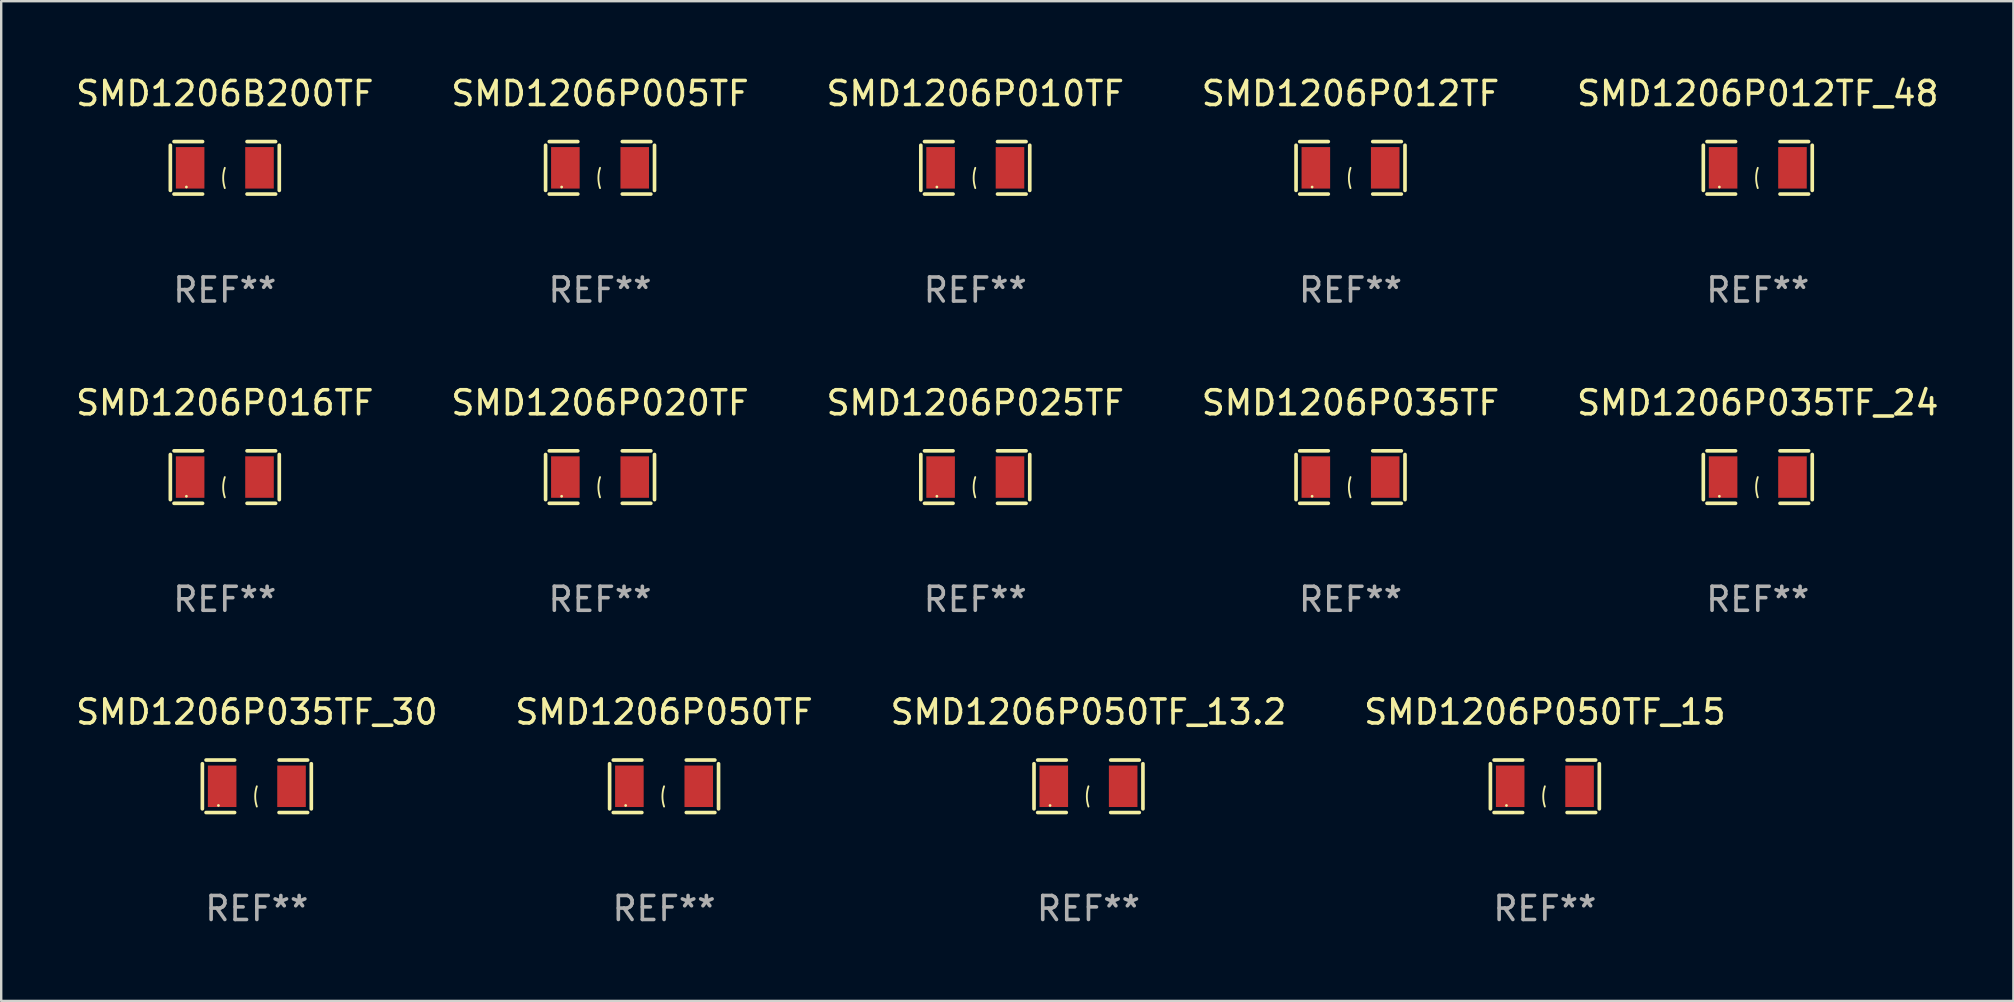
<source format=kicad_pcb>
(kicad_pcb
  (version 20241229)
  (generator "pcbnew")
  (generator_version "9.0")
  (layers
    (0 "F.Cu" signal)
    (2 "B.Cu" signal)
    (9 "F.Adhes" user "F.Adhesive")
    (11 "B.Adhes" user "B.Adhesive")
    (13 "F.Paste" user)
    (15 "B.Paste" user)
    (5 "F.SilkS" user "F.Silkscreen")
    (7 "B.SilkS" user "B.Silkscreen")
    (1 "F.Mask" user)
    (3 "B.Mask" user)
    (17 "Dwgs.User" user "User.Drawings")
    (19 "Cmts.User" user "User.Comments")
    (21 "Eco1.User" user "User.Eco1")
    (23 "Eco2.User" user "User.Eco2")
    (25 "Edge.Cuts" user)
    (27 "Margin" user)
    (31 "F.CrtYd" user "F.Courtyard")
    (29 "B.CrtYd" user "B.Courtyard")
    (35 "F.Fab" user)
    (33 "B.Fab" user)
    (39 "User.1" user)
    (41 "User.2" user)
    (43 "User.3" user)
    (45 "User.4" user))
  (footprint "SMD1206P016TF"
    (layer "F.Cu")
    (at 6.315 16.823)
    (property "Reference" "SMD1206P016TF" (at 0 -3.093 0) (layer "F.SilkS") (effects (font (size 1 1) (thickness 0.15))))
    (attr through_hole)
    (fp_line (start -2.269 -0.94) (end -2.269 0.94) (stroke (width 0.152) (type solid)) (layer "F.SilkS"))
    (fp_line (start -2.116 1.093) (end -0.926 1.093) (stroke (width 0.152) (type solid)) (layer "F.SilkS"))
    (fp_line (start -0.926 -1.093) (end -2.116 -1.093) (stroke (width 0.152) (type solid)) (layer "F.SilkS"))
    (fp_line (start 0.926 -1.093) (end 2.116 -1.093) (stroke (width 0.152) (type solid)) (layer "F.SilkS"))
    (fp_line (start 2.116 1.093) (end 0.926 1.093) (stroke (width 0.152) (type solid)) (layer "F.SilkS"))
    (fp_line (start 2.269 -0.94) (end 2.269 0.94) (stroke (width 0.152) (type solid)) (layer "F.SilkS"))
    (fp_arc (start 0 0.844951) (mid -0.068559 0.422475) (end 0 0) (stroke (width 0.0762) (type solid)) (layer "F.SilkS"))
    (fp_circle (center -1.6 0.8) (end -1.57 0.8) (stroke (width 0.06) (type solid)) (fill no) (layer "F.SilkS"))
    (fp_text user "REF**" (at 0 5.093 0) (layer "F.Fab") (effects (font (size 1 1) (thickness 0.15))))
    (pad "1" smd rect (at -1.445 0) (size 1.19 1.728) (layers "F.Cu" "F.Mask" "F.Paste"))
    (pad "2" smd rect (at 1.445 0) (size 1.19 1.728) (layers "F.Cu" "F.Mask" "F.Paste")))
  (footprint "SMD1206B200TF"
    (layer "F.Cu")
    (at 6.315 3.941)
    (property "Reference" "SMD1206B200TF" (at 0 -3.093 0) (layer "F.SilkS") (effects (font (size 1 1) (thickness 0.15))))
    (attr through_hole)
    (fp_line (start -2.269 -0.94) (end -2.269 0.94) (stroke (width 0.152) (type solid)) (layer "F.SilkS"))
    (fp_line (start -2.116 1.093) (end -0.926 1.093) (stroke (width 0.152) (type solid)) (layer "F.SilkS"))
    (fp_line (start -0.926 -1.093) (end -2.116 -1.093) (stroke (width 0.152) (type solid)) (layer "F.SilkS"))
    (fp_line (start 0.926 -1.093) (end 2.116 -1.093) (stroke (width 0.152) (type solid)) (layer "F.SilkS"))
    (fp_line (start 2.116 1.093) (end 0.926 1.093) (stroke (width 0.152) (type solid)) (layer "F.SilkS"))
    (fp_line (start 2.269 -0.94) (end 2.269 0.94) (stroke (width 0.152) (type solid)) (layer "F.SilkS"))
    (fp_arc (start 0 0.844951) (mid -0.068559 0.422475) (end 0 0) (stroke (width 0.0762) (type solid)) (layer "F.SilkS"))
    (fp_circle (center -1.6 0.8) (end -1.57 0.8) (stroke (width 0.06) (type solid)) (fill no) (layer "F.SilkS"))
    (fp_text user "REF**" (at 0 5.093 0) (layer "F.Fab") (effects (font (size 1 1) (thickness 0.15))))
    (pad "1" smd rect (at -1.445 0) (size 1.19 1.728) (layers "F.Cu" "F.Mask" "F.Paste"))
    (pad "2" smd rect (at 1.445 0) (size 1.19 1.728) (layers "F.Cu" "F.Mask" "F.Paste")))
  (footprint "SMD1206P010TF"
    (layer "F.Cu")
    (at 37.577 3.941)
    (property "Reference" "SMD1206P010TF" (at 0 -3.093 0) (layer "F.SilkS") (effects (font (size 1 1) (thickness 0.15))))
    (attr through_hole)
    (fp_line (start -2.269 -0.94) (end -2.269 0.94) (stroke (width 0.152) (type solid)) (layer "F.SilkS"))
    (fp_line (start -2.116 1.093) (end -0.926 1.093) (stroke (width 0.152) (type solid)) (layer "F.SilkS"))
    (fp_line (start -0.926 -1.093) (end -2.116 -1.093) (stroke (width 0.152) (type solid)) (layer "F.SilkS"))
    (fp_line (start 0.926 -1.093) (end 2.116 -1.093) (stroke (width 0.152) (type solid)) (layer "F.SilkS"))
    (fp_line (start 2.116 1.093) (end 0.926 1.093) (stroke (width 0.152) (type solid)) (layer "F.SilkS"))
    (fp_line (start 2.269 -0.94) (end 2.269 0.94) (stroke (width 0.152) (type solid)) (layer "F.SilkS"))
    (fp_arc (start 0 0.844951) (mid -0.068559 0.422475) (end 0 0) (stroke (width 0.0762) (type solid)) (layer "F.SilkS"))
    (fp_circle (center -1.6 0.8) (end -1.57 0.8) (stroke (width 0.06) (type solid)) (fill no) (layer "F.SilkS"))
    (fp_text user "REF**" (at 0 5.093 0) (layer "F.Fab") (effects (font (size 1 1) (thickness 0.15))))
    (pad "1" smd rect (at -1.445 0) (size 1.19 1.728) (layers "F.Cu" "F.Mask" "F.Paste"))
    (pad "2" smd rect (at 1.445 0) (size 1.19 1.728) (layers "F.Cu" "F.Mask" "F.Paste")))
  (footprint "SMD1206P012TF_48"
    (layer "F.Cu")
    (at 70.173 3.941)
    (property "Reference" "SMD1206P012TF_48" (at 0 -3.093 0) (layer "F.SilkS") (effects (font (size 1 1) (thickness 0.15))))
    (attr through_hole)
    (fp_line (start -2.269 -0.94) (end -2.269 0.94) (stroke (width 0.152) (type solid)) (layer "F.SilkS"))
    (fp_line (start -2.116 1.093) (end -0.926 1.093) (stroke (width 0.152) (type solid)) (layer "F.SilkS"))
    (fp_line (start -0.926 -1.093) (end -2.116 -1.093) (stroke (width 0.152) (type solid)) (layer "F.SilkS"))
    (fp_line (start 0.926 -1.093) (end 2.116 -1.093) (stroke (width 0.152) (type solid)) (layer "F.SilkS"))
    (fp_line (start 2.116 1.093) (end 0.926 1.093) (stroke (width 0.152) (type solid)) (layer "F.SilkS"))
    (fp_line (start 2.269 -0.94) (end 2.269 0.94) (stroke (width 0.152) (type solid)) (layer "F.SilkS"))
    (fp_arc (start 0 0.844951) (mid -0.068559 0.422475) (end 0 0) (stroke (width 0.0762) (type solid)) (layer "F.SilkS"))
    (fp_circle (center -1.6 0.8) (end -1.57 0.8) (stroke (width 0.06) (type solid)) (fill no) (layer "F.SilkS"))
    (fp_text user "REF**" (at 0 5.093 0) (layer "F.Fab") (effects (font (size 1 1) (thickness 0.15))))
    (pad "1" smd rect (at -1.445 0) (size 1.19 1.728) (layers "F.Cu" "F.Mask" "F.Paste"))
    (pad "2" smd rect (at 1.445 0) (size 1.19 1.728) (layers "F.Cu" "F.Mask" "F.Paste")))
  (footprint "SMD1206P012TF"
    (layer "F.Cu")
    (at 53.208 3.941)
    (property "Reference" "SMD1206P012TF" (at 0 -3.093 0) (layer "F.SilkS") (effects (font (size 1 1) (thickness 0.15))))
    (attr through_hole)
    (fp_line (start -2.269 -0.94) (end -2.269 0.94) (stroke (width 0.152) (type solid)) (layer "F.SilkS"))
    (fp_line (start -2.116 1.093) (end -0.926 1.093) (stroke (width 0.152) (type solid)) (layer "F.SilkS"))
    (fp_line (start -0.926 -1.093) (end -2.116 -1.093) (stroke (width 0.152) (type solid)) (layer "F.SilkS"))
    (fp_line (start 0.926 -1.093) (end 2.116 -1.093) (stroke (width 0.152) (type solid)) (layer "F.SilkS"))
    (fp_line (start 2.116 1.093) (end 0.926 1.093) (stroke (width 0.152) (type solid)) (layer "F.SilkS"))
    (fp_line (start 2.269 -0.94) (end 2.269 0.94) (stroke (width 0.152) (type solid)) (layer "F.SilkS"))
    (fp_arc (start 0 0.844951) (mid -0.068559 0.422475) (end 0 0) (stroke (width 0.0762) (type solid)) (layer "F.SilkS"))
    (fp_circle (center -1.6 0.8) (end -1.57 0.8) (stroke (width 0.06) (type solid)) (fill no) (layer "F.SilkS"))
    (fp_text user "REF**" (at 0 5.093 0) (layer "F.Fab") (effects (font (size 1 1) (thickness 0.15))))
    (pad "1" smd rect (at -1.445 0) (size 1.19 1.728) (layers "F.Cu" "F.Mask" "F.Paste"))
    (pad "2" smd rect (at 1.445 0) (size 1.19 1.728) (layers "F.Cu" "F.Mask" "F.Paste")))
  (footprint "SMD1206P025TF"
    (layer "F.Cu")
    (at 37.577 16.823)
    (property "Reference" "SMD1206P025TF" (at 0 -3.093 0) (layer "F.SilkS") (effects (font (size 1 1) (thickness 0.15))))
    (attr through_hole)
    (fp_line (start -2.269 -0.94) (end -2.269 0.94) (stroke (width 0.152) (type solid)) (layer "F.SilkS"))
    (fp_line (start -2.116 1.093) (end -0.926 1.093) (stroke (width 0.152) (type solid)) (layer "F.SilkS"))
    (fp_line (start -0.926 -1.093) (end -2.116 -1.093) (stroke (width 0.152) (type solid)) (layer "F.SilkS"))
    (fp_line (start 0.926 -1.093) (end 2.116 -1.093) (stroke (width 0.152) (type solid)) (layer "F.SilkS"))
    (fp_line (start 2.116 1.093) (end 0.926 1.093) (stroke (width 0.152) (type solid)) (layer "F.SilkS"))
    (fp_line (start 2.269 -0.94) (end 2.269 0.94) (stroke (width 0.152) (type solid)) (layer "F.SilkS"))
    (fp_arc (start 0 0.844951) (mid -0.068559 0.422475) (end 0 0) (stroke (width 0.0762) (type solid)) (layer "F.SilkS"))
    (fp_circle (center -1.6 0.8) (end -1.57 0.8) (stroke (width 0.06) (type solid)) (fill no) (layer "F.SilkS"))
    (fp_text user "REF**" (at 0 5.093 0) (layer "F.Fab") (effects (font (size 1 1) (thickness 0.15))))
    (pad "1" smd rect (at -1.445 0) (size 1.19 1.728) (layers "F.Cu" "F.Mask" "F.Paste"))
    (pad "2" smd rect (at 1.445 0) (size 1.19 1.728) (layers "F.Cu" "F.Mask" "F.Paste")))
  (footprint "SMD1206P020TF"
    (layer "F.Cu")
    (at 21.946 16.823)
    (property "Reference" "SMD1206P020TF" (at 0 -3.093 0) (layer "F.SilkS") (effects (font (size 1 1) (thickness 0.15))))
    (attr through_hole)
    (fp_line (start -2.269 -0.94) (end -2.269 0.94) (stroke (width 0.152) (type solid)) (layer "F.SilkS"))
    (fp_line (start -2.116 1.093) (end -0.926 1.093) (stroke (width 0.152) (type solid)) (layer "F.SilkS"))
    (fp_line (start -0.926 -1.093) (end -2.116 -1.093) (stroke (width 0.152) (type solid)) (layer "F.SilkS"))
    (fp_line (start 0.926 -1.093) (end 2.116 -1.093) (stroke (width 0.152) (type solid)) (layer "F.SilkS"))
    (fp_line (start 2.116 1.093) (end 0.926 1.093) (stroke (width 0.152) (type solid)) (layer "F.SilkS"))
    (fp_line (start 2.269 -0.94) (end 2.269 0.94) (stroke (width 0.152) (type solid)) (layer "F.SilkS"))
    (fp_arc (start 0 0.844951) (mid -0.068559 0.422475) (end 0 0) (stroke (width 0.0762) (type solid)) (layer "F.SilkS"))
    (fp_circle (center -1.6 0.8) (end -1.57 0.8) (stroke (width 0.06) (type solid)) (fill no) (layer "F.SilkS"))
    (fp_text user "REF**" (at 0 5.093 0) (layer "F.Fab") (effects (font (size 1 1) (thickness 0.15))))
    (pad "1" smd rect (at -1.445 0) (size 1.19 1.728) (layers "F.Cu" "F.Mask" "F.Paste"))
    (pad "2" smd rect (at 1.445 0) (size 1.19 1.728) (layers "F.Cu" "F.Mask" "F.Paste")))
  (footprint "SMD1206P050TF_13.2"
    (layer "F.Cu")
    (at 42.292 29.704)
    (property "Reference" "SMD1206P050TF_13.2" (at 0 -3.093 0) (layer "F.SilkS") (effects (font (size 1 1) (thickness 0.15))))
    (attr through_hole)
    (fp_line (start -2.269 -0.94) (end -2.269 0.94) (stroke (width 0.152) (type solid)) (layer "F.SilkS"))
    (fp_line (start -2.116 1.093) (end -0.926 1.093) (stroke (width 0.152) (type solid)) (layer "F.SilkS"))
    (fp_line (start -0.926 -1.093) (end -2.116 -1.093) (stroke (width 0.152) (type solid)) (layer "F.SilkS"))
    (fp_line (start 0.926 -1.093) (end 2.116 -1.093) (stroke (width 0.152) (type solid)) (layer "F.SilkS"))
    (fp_line (start 2.116 1.093) (end 0.926 1.093) (stroke (width 0.152) (type solid)) (layer "F.SilkS"))
    (fp_line (start 2.269 -0.94) (end 2.269 0.94) (stroke (width 0.152) (type solid)) (layer "F.SilkS"))
    (fp_arc (start 0 0.844951) (mid -0.068559 0.422475) (end 0 0) (stroke (width 0.0762) (type solid)) (layer "F.SilkS"))
    (fp_circle (center -1.6 0.8) (end -1.57 0.8) (stroke (width 0.06) (type solid)) (fill no) (layer "F.SilkS"))
    (fp_text user "REF**" (at 0 5.093 0) (layer "F.Fab") (effects (font (size 1 1) (thickness 0.15))))
    (pad "1" smd rect (at -1.445 0) (size 1.19 1.728) (layers "F.Cu" "F.Mask" "F.Paste"))
    (pad "2" smd rect (at 1.445 0) (size 1.19 1.728) (layers "F.Cu" "F.Mask" "F.Paste")))
  (footprint "SMD1206P050TF_15"
    (layer "F.Cu")
    (at 61.304 29.704)
    (property "Reference" "SMD1206P050TF_15" (at 0 -3.093 0) (layer "F.SilkS") (effects (font (size 1 1) (thickness 0.15))))
    (attr through_hole)
    (fp_line (start -2.269 -0.94) (end -2.269 0.94) (stroke (width 0.152) (type solid)) (layer "F.SilkS"))
    (fp_line (start -2.116 1.093) (end -0.926 1.093) (stroke (width 0.152) (type solid)) (layer "F.SilkS"))
    (fp_line (start -0.926 -1.093) (end -2.116 -1.093) (stroke (width 0.152) (type solid)) (layer "F.SilkS"))
    (fp_line (start 0.926 -1.093) (end 2.116 -1.093) (stroke (width 0.152) (type solid)) (layer "F.SilkS"))
    (fp_line (start 2.116 1.093) (end 0.926 1.093) (stroke (width 0.152) (type solid)) (layer "F.SilkS"))
    (fp_line (start 2.269 -0.94) (end 2.269 0.94) (stroke (width 0.152) (type solid)) (layer "F.SilkS"))
    (fp_arc (start 0 0.844951) (mid -0.068559 0.422475) (end 0 0) (stroke (width 0.0762) (type solid)) (layer "F.SilkS"))
    (fp_circle (center -1.6 0.8) (end -1.57 0.8) (stroke (width 0.06) (type solid)) (fill no) (layer "F.SilkS"))
    (fp_text user "REF**" (at 0 5.093 0) (layer "F.Fab") (effects (font (size 1 1) (thickness 0.15))))
    (pad "1" smd rect (at -1.445 0) (size 1.19 1.728) (layers "F.Cu" "F.Mask" "F.Paste"))
    (pad "2" smd rect (at 1.445 0) (size 1.19 1.728) (layers "F.Cu" "F.Mask" "F.Paste")))
  (footprint "SMD1206P050TF"
    (layer "F.Cu")
    (at 24.613 29.704)
    (property "Reference" "SMD1206P050TF" (at 0 -3.093 0) (layer "F.SilkS") (effects (font (size 1 1) (thickness 0.15))))
    (attr through_hole)
    (fp_line (start -2.269 -0.94) (end -2.269 0.94) (stroke (width 0.152) (type solid)) (layer "F.SilkS"))
    (fp_line (start -2.116 1.093) (end -0.926 1.093) (stroke (width 0.152) (type solid)) (layer "F.SilkS"))
    (fp_line (start -0.926 -1.093) (end -2.116 -1.093) (stroke (width 0.152) (type solid)) (layer "F.SilkS"))
    (fp_line (start 0.926 -1.093) (end 2.116 -1.093) (stroke (width 0.152) (type solid)) (layer "F.SilkS"))
    (fp_line (start 2.116 1.093) (end 0.926 1.093) (stroke (width 0.152) (type solid)) (layer "F.SilkS"))
    (fp_line (start 2.269 -0.94) (end 2.269 0.94) (stroke (width 0.152) (type solid)) (layer "F.SilkS"))
    (fp_arc (start 0 0.844951) (mid -0.068559 0.422475) (end 0 0) (stroke (width 0.0762) (type solid)) (layer "F.SilkS"))
    (fp_circle (center -1.6 0.8) (end -1.57 0.8) (stroke (width 0.06) (type solid)) (fill no) (layer "F.SilkS"))
    (fp_text user "REF**" (at 0 5.093 0) (layer "F.Fab") (effects (font (size 1 1) (thickness 0.15))))
    (pad "1" smd rect (at -1.445 0) (size 1.19 1.728) (layers "F.Cu" "F.Mask" "F.Paste"))
    (pad "2" smd rect (at 1.445 0) (size 1.19 1.728) (layers "F.Cu" "F.Mask" "F.Paste")))
  (footprint "SMD1206P035TF_24"
    (layer "F.Cu")
    (at 70.173 16.823)
    (property "Reference" "SMD1206P035TF_24" (at 0 -3.093 0) (layer "F.SilkS") (effects (font (size 1 1) (thickness 0.15))))
    (attr through_hole)
    (fp_line (start -2.269 -0.94) (end -2.269 0.94) (stroke (width 0.152) (type solid)) (layer "F.SilkS"))
    (fp_line (start -2.116 1.093) (end -0.926 1.093) (stroke (width 0.152) (type solid)) (layer "F.SilkS"))
    (fp_line (start -0.926 -1.093) (end -2.116 -1.093) (stroke (width 0.152) (type solid)) (layer "F.SilkS"))
    (fp_line (start 0.926 -1.093) (end 2.116 -1.093) (stroke (width 0.152) (type solid)) (layer "F.SilkS"))
    (fp_line (start 2.116 1.093) (end 0.926 1.093) (stroke (width 0.152) (type solid)) (layer "F.SilkS"))
    (fp_line (start 2.269 -0.94) (end 2.269 0.94) (stroke (width 0.152) (type solid)) (layer "F.SilkS"))
    (fp_arc (start 0 0.844951) (mid -0.068559 0.422475) (end 0 0) (stroke (width 0.0762) (type solid)) (layer "F.SilkS"))
    (fp_circle (center -1.6 0.8) (end -1.57 0.8) (stroke (width 0.06) (type solid)) (fill no) (layer "F.SilkS"))
    (fp_text user "REF**" (at 0 5.093 0) (layer "F.Fab") (effects (font (size 1 1) (thickness 0.15))))
    (pad "1" smd rect (at -1.445 0) (size 1.19 1.728) (layers "F.Cu" "F.Mask" "F.Paste"))
    (pad "2" smd rect (at 1.445 0) (size 1.19 1.728) (layers "F.Cu" "F.Mask" "F.Paste")))
  (footprint "SMD1206P005TF"
    (layer "F.Cu")
    (at 21.946 3.941)
    (property "Reference" "SMD1206P005TF" (at 0 -3.093 0) (layer "F.SilkS") (effects (font (size 1 1) (thickness 0.15))))
    (attr through_hole)
    (fp_line (start -2.269 -0.94) (end -2.269 0.94) (stroke (width 0.152) (type solid)) (layer "F.SilkS"))
    (fp_line (start -2.116 1.093) (end -0.926 1.093) (stroke (width 0.152) (type solid)) (layer "F.SilkS"))
    (fp_line (start -0.926 -1.093) (end -2.116 -1.093) (stroke (width 0.152) (type solid)) (layer "F.SilkS"))
    (fp_line (start 0.926 -1.093) (end 2.116 -1.093) (stroke (width 0.152) (type solid)) (layer "F.SilkS"))
    (fp_line (start 2.116 1.093) (end 0.926 1.093) (stroke (width 0.152) (type solid)) (layer "F.SilkS"))
    (fp_line (start 2.269 -0.94) (end 2.269 0.94) (stroke (width 0.152) (type solid)) (layer "F.SilkS"))
    (fp_arc (start 0 0.844951) (mid -0.068559 0.422475) (end 0 0) (stroke (width 0.0762) (type solid)) (layer "F.SilkS"))
    (fp_circle (center -1.6 0.8) (end -1.57 0.8) (stroke (width 0.06) (type solid)) (fill no) (layer "F.SilkS"))
    (fp_text user "REF**" (at 0 5.093 0) (layer "F.Fab") (effects (font (size 1 1) (thickness 0.15))))
    (pad "1" smd rect (at -1.445 0) (size 1.19 1.728) (layers "F.Cu" "F.Mask" "F.Paste"))
    (pad "2" smd rect (at 1.445 0) (size 1.19 1.728) (layers "F.Cu" "F.Mask" "F.Paste")))
  (footprint "SMD1206P035TF"
    (layer "F.Cu")
    (at 53.208 16.823)
    (property "Reference" "SMD1206P035TF" (at 0 -3.093 0) (layer "F.SilkS") (effects (font (size 1 1) (thickness 0.15))))
    (attr through_hole)
    (fp_line (start -2.269 -0.94) (end -2.269 0.94) (stroke (width 0.152) (type solid)) (layer "F.SilkS"))
    (fp_line (start -2.116 1.093) (end -0.926 1.093) (stroke (width 0.152) (type solid)) (layer "F.SilkS"))
    (fp_line (start -0.926 -1.093) (end -2.116 -1.093) (stroke (width 0.152) (type solid)) (layer "F.SilkS"))
    (fp_line (start 0.926 -1.093) (end 2.116 -1.093) (stroke (width 0.152) (type solid)) (layer "F.SilkS"))
    (fp_line (start 2.116 1.093) (end 0.926 1.093) (stroke (width 0.152) (type solid)) (layer "F.SilkS"))
    (fp_line (start 2.269 -0.94) (end 2.269 0.94) (stroke (width 0.152) (type solid)) (layer "F.SilkS"))
    (fp_arc (start 0 0.844951) (mid -0.068559 0.422475) (end 0 0) (stroke (width 0.0762) (type solid)) (layer "F.SilkS"))
    (fp_circle (center -1.6 0.8) (end -1.57 0.8) (stroke (width 0.06) (type solid)) (fill no) (layer "F.SilkS"))
    (fp_text user "REF**" (at 0 5.093 0) (layer "F.Fab") (effects (font (size 1 1) (thickness 0.15))))
    (pad "1" smd rect (at -1.445 0) (size 1.19 1.728) (layers "F.Cu" "F.Mask" "F.Paste"))
    (pad "2" smd rect (at 1.445 0) (size 1.19 1.728) (layers "F.Cu" "F.Mask" "F.Paste")))
  (footprint "SMD1206P035TF_30"
    (layer "F.Cu")
    (at 7.649 29.704)
    (property "Reference" "SMD1206P035TF_30" (at 0 -3.093 0) (layer "F.SilkS") (effects (font (size 1 1) (thickness 0.15))))
    (attr through_hole)
    (fp_line (start -2.269 -0.94) (end -2.269 0.94) (stroke (width 0.152) (type solid)) (layer "F.SilkS"))
    (fp_line (start -2.116 1.093) (end -0.926 1.093) (stroke (width 0.152) (type solid)) (layer "F.SilkS"))
    (fp_line (start -0.926 -1.093) (end -2.116 -1.093) (stroke (width 0.152) (type solid)) (layer "F.SilkS"))
    (fp_line (start 0.926 -1.093) (end 2.116 -1.093) (stroke (width 0.152) (type solid)) (layer "F.SilkS"))
    (fp_line (start 2.116 1.093) (end 0.926 1.093) (stroke (width 0.152) (type solid)) (layer "F.SilkS"))
    (fp_line (start 2.269 -0.94) (end 2.269 0.94) (stroke (width 0.152) (type solid)) (layer "F.SilkS"))
    (fp_arc (start 0 0.844951) (mid -0.068559 0.422475) (end 0 0) (stroke (width 0.0762) (type solid)) (layer "F.SilkS"))
    (fp_circle (center -1.6 0.8) (end -1.57 0.8) (stroke (width 0.06) (type solid)) (fill no) (layer "F.SilkS"))
    (fp_text user "REF**" (at 0 5.093 0) (layer "F.Fab") (effects (font (size 1 1) (thickness 0.15))))
    (pad "1" smd rect (at -1.445 0) (size 1.19 1.728) (layers "F.Cu" "F.Mask" "F.Paste"))
    (pad "2" smd rect (at 1.445 0) (size 1.19 1.728) (layers "F.Cu" "F.Mask" "F.Paste")))
  (gr_rect
    (start -3 -3)
    (end 80.821 38.645)
    (stroke (width 0.1) (type default))
    (fill no)
    (layer "Edge.Cuts")))
</source>
